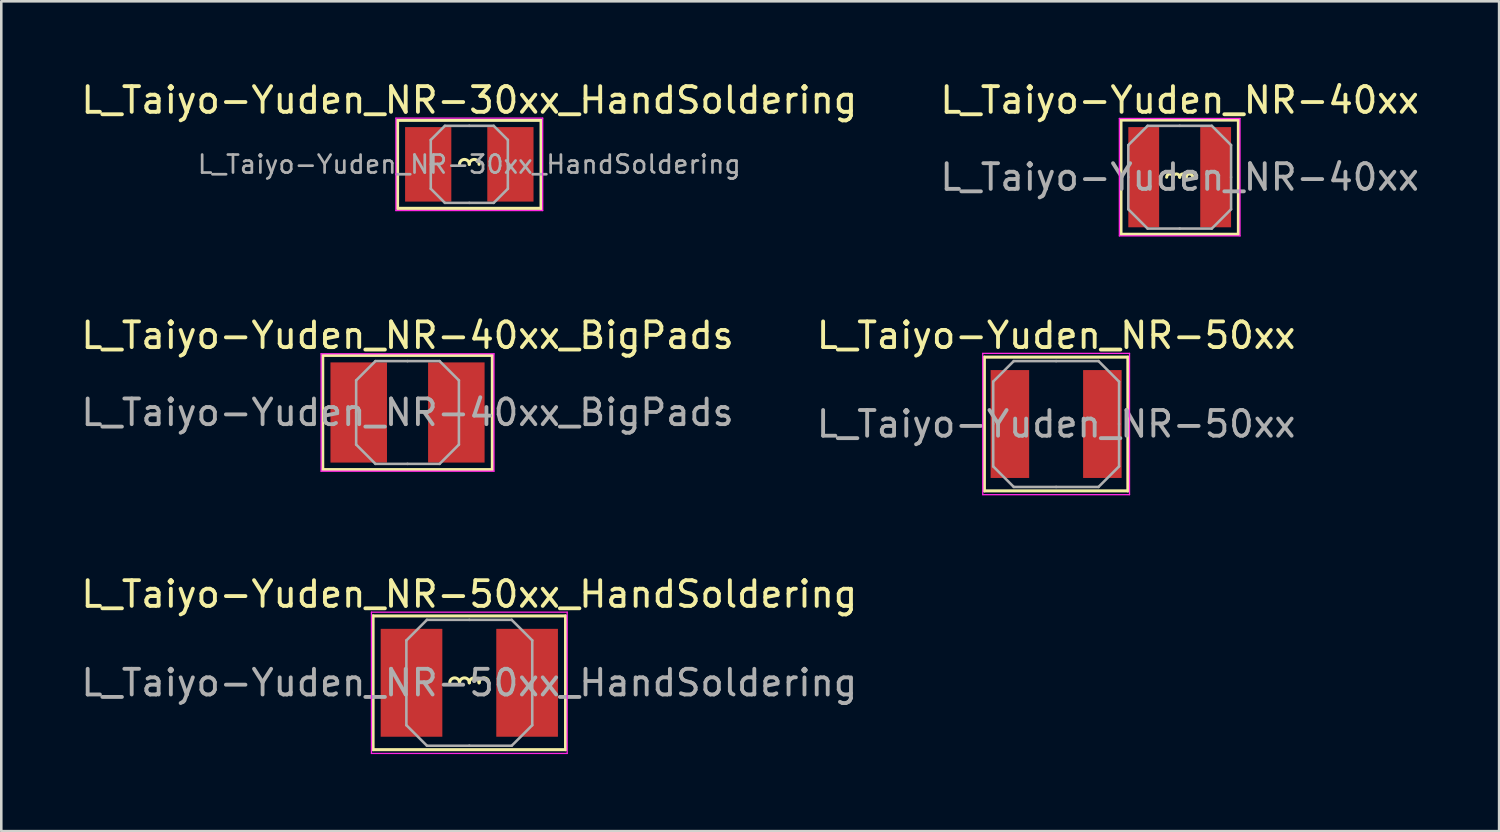
<source format=kicad_pcb>
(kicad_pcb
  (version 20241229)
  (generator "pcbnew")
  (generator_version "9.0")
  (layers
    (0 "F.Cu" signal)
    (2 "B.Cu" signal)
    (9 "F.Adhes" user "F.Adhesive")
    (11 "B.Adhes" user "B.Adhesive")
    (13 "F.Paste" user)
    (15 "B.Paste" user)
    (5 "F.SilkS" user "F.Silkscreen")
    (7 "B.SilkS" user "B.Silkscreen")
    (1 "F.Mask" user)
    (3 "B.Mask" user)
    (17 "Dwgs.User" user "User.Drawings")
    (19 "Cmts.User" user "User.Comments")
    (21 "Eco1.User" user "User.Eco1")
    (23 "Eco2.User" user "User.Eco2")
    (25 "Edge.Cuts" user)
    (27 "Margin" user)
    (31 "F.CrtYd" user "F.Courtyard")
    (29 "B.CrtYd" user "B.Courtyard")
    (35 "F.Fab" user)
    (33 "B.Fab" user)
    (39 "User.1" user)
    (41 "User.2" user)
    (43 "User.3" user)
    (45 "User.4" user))
  (footprint "L_Taiyo-Yuden_NR-50xx_HandSoldering"
    (layer "F.Cu")
    (at 15.22 23.531)
    (property "Reference" "L_Taiyo-Yuden_NR-50xx_HandSoldering" (at 0 -3.45 0) (layer "F.SilkS") (effects (font (size 1 1) (thickness 0.15))))
    (attr smd)
    (fp_line (start -3.747 -2.603) (end -3.747 2.603) (stroke (width 0.12) (type solid)) (layer "F.SilkS"))
    (fp_line (start -3.747 2.603) (end 3.747 2.603) (stroke (width 0.12) (type solid)) (layer "F.SilkS"))
    (fp_line (start 3.747 -2.603) (end -3.747 -2.603) (stroke (width 0.12) (type solid)) (layer "F.SilkS"))
    (fp_line (start 3.747 2.603) (end 3.747 -2.603) (stroke (width 0.12) (type solid)) (layer "F.SilkS"))
    (fp_arc (start -0.762 0) (mid -0.5715 -0.1905) (end -0.381 0) (stroke (width 0.12) (type solid)) (layer "F.SilkS"))
    (fp_arc (start -0.381 0) (mid -0.1905 -0.1905) (end 0 0) (stroke (width 0.12) (type solid)) (layer "F.SilkS"))
    (fp_arc (start 0 0) (mid 0.1905 -0.1905) (end 0.381 0) (stroke (width 0.12) (type solid)) (layer "F.SilkS"))
    (fp_arc (start 0.381 0) (mid 0.5715 -0.1905) (end 0.762 0) (stroke (width 0.12) (type solid)) (layer "F.SilkS"))
    (fp_line (start -3.81 -2.75) (end -3.81 2.75) (stroke (width 0.05) (type solid)) (layer "F.CrtYd"))
    (fp_line (start -3.81 2.75) (end 3.81 2.75) (stroke (width 0.05) (type solid)) (layer "F.CrtYd"))
    (fp_line (start 3.81 -2.75) (end -3.81 -2.75) (stroke (width 0.05) (type solid)) (layer "F.CrtYd"))
    (fp_line (start 3.81 2.75) (end 3.81 -2.75) (stroke (width 0.05) (type solid)) (layer "F.CrtYd"))
    (fp_line (start -2.45 -1.65) (end -1.65 -2.45) (stroke (width 0.1) (type solid)) (layer "F.Fab"))
    (fp_line (start -2.45 0) (end -2.45 -1.65) (stroke (width 0.1) (type solid)) (layer "F.Fab"))
    (fp_line (start -2.45 0) (end -2.45 1.65) (stroke (width 0.1) (type solid)) (layer "F.Fab"))
    (fp_line (start -2.45 1.65) (end -1.65 2.45) (stroke (width 0.1) (type solid)) (layer "F.Fab"))
    (fp_line (start -1.65 -2.45) (end 0 -2.45) (stroke (width 0.1) (type solid)) (layer "F.Fab"))
    (fp_line (start -1.65 2.45) (end 0 2.45) (stroke (width 0.1) (type solid)) (layer "F.Fab"))
    (fp_line (start 1.65 -2.45) (end 0 -2.45) (stroke (width 0.1) (type solid)) (layer "F.Fab"))
    (fp_line (start 1.65 2.45) (end 0 2.45) (stroke (width 0.1) (type solid)) (layer "F.Fab"))
    (fp_line (start 2.45 -1.65) (end 1.65 -2.45) (stroke (width 0.1) (type solid)) (layer "F.Fab"))
    (fp_line (start 2.45 0) (end 2.45 -1.65) (stroke (width 0.1) (type solid)) (layer "F.Fab"))
    (fp_line (start 2.45 0) (end 2.45 1.65) (stroke (width 0.1) (type solid)) (layer "F.Fab"))
    (fp_line (start 2.45 1.65) (end 1.65 2.45) (stroke (width 0.1) (type solid)) (layer "F.Fab"))
    (fp_text user "${REFERENCE}" (at 0 0 0) (layer "F.Fab") (effects (font (size 1 1) (thickness 0.15))))
    (pad "1" smd rect (at -2.25 0) (size 2.4 4.2) (layers "F.Cu" "F.Mask" "F.Paste"))
    (pad "2" smd rect (at 2.25 0) (size 2.4 4.2) (layers "F.Cu" "F.Mask" "F.Paste")))
  (footprint "L_Taiyo-Yuden_NR-30xx_HandSoldering"
    (layer "F.Cu")
    (at 15.22 3.348)
    (property "Reference" "L_Taiyo-Yuden_NR-30xx_HandSoldering" (at 0 -2.5 0) (layer "F.SilkS") (effects (font (size 1 1) (thickness 0.15))))
    (attr smd)
    (fp_line (start -2.794 -1.714) (end -2.794 1.714) (stroke (width 0.12) (type solid)) (layer "F.SilkS"))
    (fp_line (start -2.794 1.714) (end 2.794 1.714) (stroke (width 0.12) (type solid)) (layer "F.SilkS"))
    (fp_line (start 2.794 -1.714) (end -2.794 -1.714) (stroke (width 0.12) (type solid)) (layer "F.SilkS"))
    (fp_line (start 2.794 1.714) (end 2.794 -1.714) (stroke (width 0.12) (type solid)) (layer "F.SilkS"))
    (fp_arc (start -0.381 0) (mid -0.1905 -0.1905) (end 0 0) (stroke (width 0.12) (type solid)) (layer "F.SilkS"))
    (fp_arc (start 0 0) (mid 0.1905 -0.1905) (end 0.381 0) (stroke (width 0.12) (type solid)) (layer "F.SilkS"))
    (fp_line (start -2.857 -1.8) (end -2.857 1.8) (stroke (width 0.05) (type solid)) (layer "F.CrtYd"))
    (fp_line (start -2.857 1.8) (end 2.857 1.8) (stroke (width 0.05) (type solid)) (layer "F.CrtYd"))
    (fp_line (start 2.857 -1.8) (end -2.857 -1.8) (stroke (width 0.05) (type solid)) (layer "F.CrtYd"))
    (fp_line (start 2.857 1.8) (end 2.857 -1.8) (stroke (width 0.05) (type solid)) (layer "F.CrtYd"))
    (fp_line (start -1.5 -0.95) (end -0.95 -1.5) (stroke (width 0.1) (type solid)) (layer "F.Fab"))
    (fp_line (start -1.5 0) (end -1.5 -0.95) (stroke (width 0.1) (type solid)) (layer "F.Fab"))
    (fp_line (start -1.5 0) (end -1.5 0.95) (stroke (width 0.1) (type solid)) (layer "F.Fab"))
    (fp_line (start -1.5 0.95) (end -0.95 1.5) (stroke (width 0.1) (type solid)) (layer "F.Fab"))
    (fp_line (start -0.95 -1.5) (end 0 -1.5) (stroke (width 0.1) (type solid)) (layer "F.Fab"))
    (fp_line (start -0.95 1.5) (end 0 1.5) (stroke (width 0.1) (type solid)) (layer "F.Fab"))
    (fp_line (start 0.95 -1.5) (end 0 -1.5) (stroke (width 0.1) (type solid)) (layer "F.Fab"))
    (fp_line (start 0.95 1.5) (end 0 1.5) (stroke (width 0.1) (type solid)) (layer "F.Fab"))
    (fp_line (start 1.5 -0.95) (end 0.95 -1.5) (stroke (width 0.1) (type solid)) (layer "F.Fab"))
    (fp_line (start 1.5 0) (end 1.5 -0.95) (stroke (width 0.1) (type solid)) (layer "F.Fab"))
    (fp_line (start 1.5 0) (end 1.5 0.95) (stroke (width 0.1) (type solid)) (layer "F.Fab"))
    (fp_line (start 1.5 0.95) (end 0.95 1.5) (stroke (width 0.1) (type solid)) (layer "F.Fab"))
    (fp_text user "${REFERENCE}" (at 0 0 0) (layer "F.Fab") (effects (font (size 0.7 0.7) (thickness 0.105))))
    (pad "1" smd rect (at -1.6 0) (size 1.8 2.9) (layers "F.Cu" "F.Mask" "F.Paste"))
    (pad "2" smd rect (at 1.6 0) (size 1.8 2.9) (layers "F.Cu" "F.Mask" "F.Paste")))
  (footprint "L_Taiyo-Yuden_NR-40xx"
    (layer "F.Cu")
    (at 42.875 3.848)
    (property "Reference" "L_Taiyo-Yuden_NR-40xx" (at 0 -3 0) (layer "F.SilkS") (effects (font (size 1 1) (thickness 0.15))))
    (attr smd)
    (fp_line (start -2.286 -2.223) (end -2.286 2.223) (stroke (width 0.12) (type solid)) (layer "F.SilkS"))
    (fp_line (start -2.286 2.223) (end 2.286 2.223) (stroke (width 0.12) (type solid)) (layer "F.SilkS"))
    (fp_line (start 2.286 -2.223) (end -2.286 -2.223) (stroke (width 0.12) (type solid)) (layer "F.SilkS"))
    (fp_line (start 2.286 2.223) (end 2.286 -2.223) (stroke (width 0.12) (type solid)) (layer "F.SilkS"))
    (fp_arc (start -0.508 0) (mid -0.381 -0.127) (end -0.254 0) (stroke (width 0.12) (type solid)) (layer "F.SilkS"))
    (fp_arc (start -0.254 0) (mid -0.127 -0.127) (end 0 0) (stroke (width 0.12) (type solid)) (layer "F.SilkS"))
    (fp_arc (start 0 0) (mid 0.127 -0.127) (end 0.254 0) (stroke (width 0.12) (type solid)) (layer "F.SilkS"))
    (fp_arc (start 0.254 0) (mid 0.381 -0.127) (end 0.508 0) (stroke (width 0.12) (type solid)) (layer "F.SilkS"))
    (fp_line (start -2.349 -2.286) (end -2.349 2.286) (stroke (width 0.05) (type solid)) (layer "F.CrtYd"))
    (fp_line (start -2.349 2.286) (end 2.349 2.286) (stroke (width 0.05) (type solid)) (layer "F.CrtYd"))
    (fp_line (start 2.349 -2.286) (end -2.349 -2.286) (stroke (width 0.05) (type solid)) (layer "F.CrtYd"))
    (fp_line (start 2.349 2.286) (end 2.349 -2.286) (stroke (width 0.05) (type solid)) (layer "F.CrtYd"))
    (fp_line (start -2 -1.25) (end -1.25 -2) (stroke (width 0.1) (type solid)) (layer "F.Fab"))
    (fp_line (start -2 0) (end -2 -1.25) (stroke (width 0.1) (type solid)) (layer "F.Fab"))
    (fp_line (start -2 0) (end -2 1.25) (stroke (width 0.1) (type solid)) (layer "F.Fab"))
    (fp_line (start -2 1.25) (end -1.25 2) (stroke (width 0.1) (type solid)) (layer "F.Fab"))
    (fp_line (start -1.25 -2) (end 0 -2) (stroke (width 0.1) (type solid)) (layer "F.Fab"))
    (fp_line (start -1.25 2) (end 0 2) (stroke (width 0.1) (type solid)) (layer "F.Fab"))
    (fp_line (start 1.25 -2) (end 0 -2) (stroke (width 0.1) (type solid)) (layer "F.Fab"))
    (fp_line (start 1.25 2) (end 0 2) (stroke (width 0.1) (type solid)) (layer "F.Fab"))
    (fp_line (start 2 -1.25) (end 1.25 -2) (stroke (width 0.1) (type solid)) (layer "F.Fab"))
    (fp_line (start 2 0) (end 2 -1.25) (stroke (width 0.1) (type solid)) (layer "F.Fab"))
    (fp_line (start 2 0) (end 2 1.25) (stroke (width 0.1) (type solid)) (layer "F.Fab"))
    (fp_line (start 2 1.25) (end 1.25 2) (stroke (width 0.1) (type solid)) (layer "F.Fab"))
    (fp_text user "${REFERENCE}" (at 0 0 0) (layer "F.Fab") (effects (font (size 1 1) (thickness 0.15))))
    (pad "1" smd rect (at -1.4 0) (size 1.2 3.9) (layers "F.Cu" "F.Mask" "F.Paste"))
    (pad "2" smd rect (at 1.4 0) (size 1.2 3.9) (layers "F.Cu" "F.Mask" "F.Paste")))
  (footprint "L_Taiyo-Yuden_NR-50xx"
    (layer "F.Cu")
    (at 38.065 13.457)
    (property "Reference" "L_Taiyo-Yuden_NR-50xx" (at 0 -3.45 0) (layer "F.SilkS") (effects (font (size 1 1) (thickness 0.15))))
    (attr smd)
    (fp_line (start -2.794 -2.603) (end -2.794 2.603) (stroke (width 0.12) (type solid)) (layer "F.SilkS"))
    (fp_line (start -2.794 -2.603) (end 2.794 -2.603) (stroke (width 0.12) (type solid)) (layer "F.SilkS"))
    (fp_line (start -2.794 2.603) (end 2.794 2.603) (stroke (width 0.12) (type solid)) (layer "F.SilkS"))
    (fp_line (start 2.794 2.603) (end 2.794 -2.603) (stroke (width 0.12) (type solid)) (layer "F.SilkS"))
    (fp_line (start -2.857 -2.75) (end -2.857 2.75) (stroke (width 0.05) (type solid)) (layer "F.CrtYd"))
    (fp_line (start -2.857 2.75) (end 2.857 2.75) (stroke (width 0.05) (type solid)) (layer "F.CrtYd"))
    (fp_line (start 2.857 -2.75) (end -2.857 -2.75) (stroke (width 0.05) (type solid)) (layer "F.CrtYd"))
    (fp_line (start 2.857 2.75) (end 2.857 -2.75) (stroke (width 0.05) (type solid)) (layer "F.CrtYd"))
    (fp_line (start -2.45 -1.65) (end -1.65 -2.45) (stroke (width 0.1) (type solid)) (layer "F.Fab"))
    (fp_line (start -2.45 0) (end -2.45 -1.65) (stroke (width 0.1) (type solid)) (layer "F.Fab"))
    (fp_line (start -2.45 0) (end -2.45 1.65) (stroke (width 0.1) (type solid)) (layer "F.Fab"))
    (fp_line (start -2.45 1.65) (end -1.65 2.45) (stroke (width 0.1) (type solid)) (layer "F.Fab"))
    (fp_line (start -1.65 -2.45) (end 0 -2.45) (stroke (width 0.1) (type solid)) (layer "F.Fab"))
    (fp_line (start -1.65 2.45) (end 0 2.45) (stroke (width 0.1) (type solid)) (layer "F.Fab"))
    (fp_line (start 1.65 -2.45) (end 0 -2.45) (stroke (width 0.1) (type solid)) (layer "F.Fab"))
    (fp_line (start 1.65 2.45) (end 0 2.45) (stroke (width 0.1) (type solid)) (layer "F.Fab"))
    (fp_line (start 2.45 -1.65) (end 1.65 -2.45) (stroke (width 0.1) (type solid)) (layer "F.Fab"))
    (fp_line (start 2.45 0) (end 2.45 -1.65) (stroke (width 0.1) (type solid)) (layer "F.Fab"))
    (fp_line (start 2.45 0) (end 2.45 1.65) (stroke (width 0.1) (type solid)) (layer "F.Fab"))
    (fp_line (start 2.45 1.65) (end 1.65 2.45) (stroke (width 0.1) (type solid)) (layer "F.Fab"))
    (fp_text user "${REFERENCE}" (at 0 0 0) (layer "F.Fab") (effects (font (size 1 1) (thickness 0.15))))
    (pad "1" smd rect (at -1.8 0) (size 1.5 4.2) (layers "F.Cu" "F.Mask" "F.Paste"))
    (pad "2" smd rect (at 1.8 0) (size 1.5 4.2) (layers "F.Cu" "F.Mask" "F.Paste")))
  (footprint "L_Taiyo-Yuden_NR-40xx_BigPads"
    (layer "F.Cu")
    (at 12.815 13.008)
    (property "Reference" "L_Taiyo-Yuden_NR-40xx_BigPads" (at 0 -3 0) (layer "F.SilkS") (effects (font (size 1 1) (thickness 0.15))))
    (attr smd)
    (fp_line (start -3.302 -2.223) (end 3.302 -2.223) (stroke (width 0.12) (type solid)) (layer "F.SilkS"))
    (fp_line (start -3.302 2.223) (end -3.302 -2.223) (stroke (width 0.12) (type solid)) (layer "F.SilkS"))
    (fp_line (start 3.302 -2.223) (end 3.302 2.223) (stroke (width 0.12) (type solid)) (layer "F.SilkS"))
    (fp_line (start 3.302 2.223) (end -3.302 2.223) (stroke (width 0.12) (type solid)) (layer "F.SilkS"))
    (fp_line (start -3.365 -2.286) (end -3.365 2.286) (stroke (width 0.05) (type solid)) (layer "F.CrtYd"))
    (fp_line (start -3.365 2.286) (end 3.365 2.286) (stroke (width 0.05) (type solid)) (layer "F.CrtYd"))
    (fp_line (start 3.365 -2.286) (end -3.365 -2.286) (stroke (width 0.05) (type solid)) (layer "F.CrtYd"))
    (fp_line (start 3.365 2.286) (end 3.365 -2.286) (stroke (width 0.05) (type solid)) (layer "F.CrtYd"))
    (fp_line (start -2 -1.25) (end -1.25 -2) (stroke (width 0.1) (type solid)) (layer "F.Fab"))
    (fp_line (start -2 0) (end -2 -1.25) (stroke (width 0.1) (type solid)) (layer "F.Fab"))
    (fp_line (start -2 0) (end -2 1.25) (stroke (width 0.1) (type solid)) (layer "F.Fab"))
    (fp_line (start -2 1.25) (end -1.25 2) (stroke (width 0.1) (type solid)) (layer "F.Fab"))
    (fp_line (start -1.25 -2) (end 0 -2) (stroke (width 0.1) (type solid)) (layer "F.Fab"))
    (fp_line (start -1.25 2) (end 0 2) (stroke (width 0.1) (type solid)) (layer "F.Fab"))
    (fp_line (start 1.25 -2) (end 0 -2) (stroke (width 0.1) (type solid)) (layer "F.Fab"))
    (fp_line (start 1.25 2) (end 0 2) (stroke (width 0.1) (type solid)) (layer "F.Fab"))
    (fp_line (start 2 -1.25) (end 1.25 -2) (stroke (width 0.1) (type solid)) (layer "F.Fab"))
    (fp_line (start 2 0) (end 2 -1.25) (stroke (width 0.1) (type solid)) (layer "F.Fab"))
    (fp_line (start 2 0) (end 2 1.25) (stroke (width 0.1) (type solid)) (layer "F.Fab"))
    (fp_line (start 2 1.25) (end 1.25 2) (stroke (width 0.1) (type solid)) (layer "F.Fab"))
    (fp_text user "${REFERENCE}" (at 0 0 0) (layer "F.Fab") (effects (font (size 1 1) (thickness 0.15))))
    (pad "1" smd rect (at -1.9 0) (size 2.2 3.9) (layers "F.Cu" "F.Mask" "F.Paste"))
    (pad "2" smd rect (at 1.9 0) (size 2.2 3.9) (layers "F.Cu" "F.Mask" "F.Paste")))
  (gr_rect
    (start -3 -3)
    (end 55.31 29.306)
    (stroke (width 0.1) (type default))
    (fill no)
    (layer "Edge.Cuts")))
</source>
